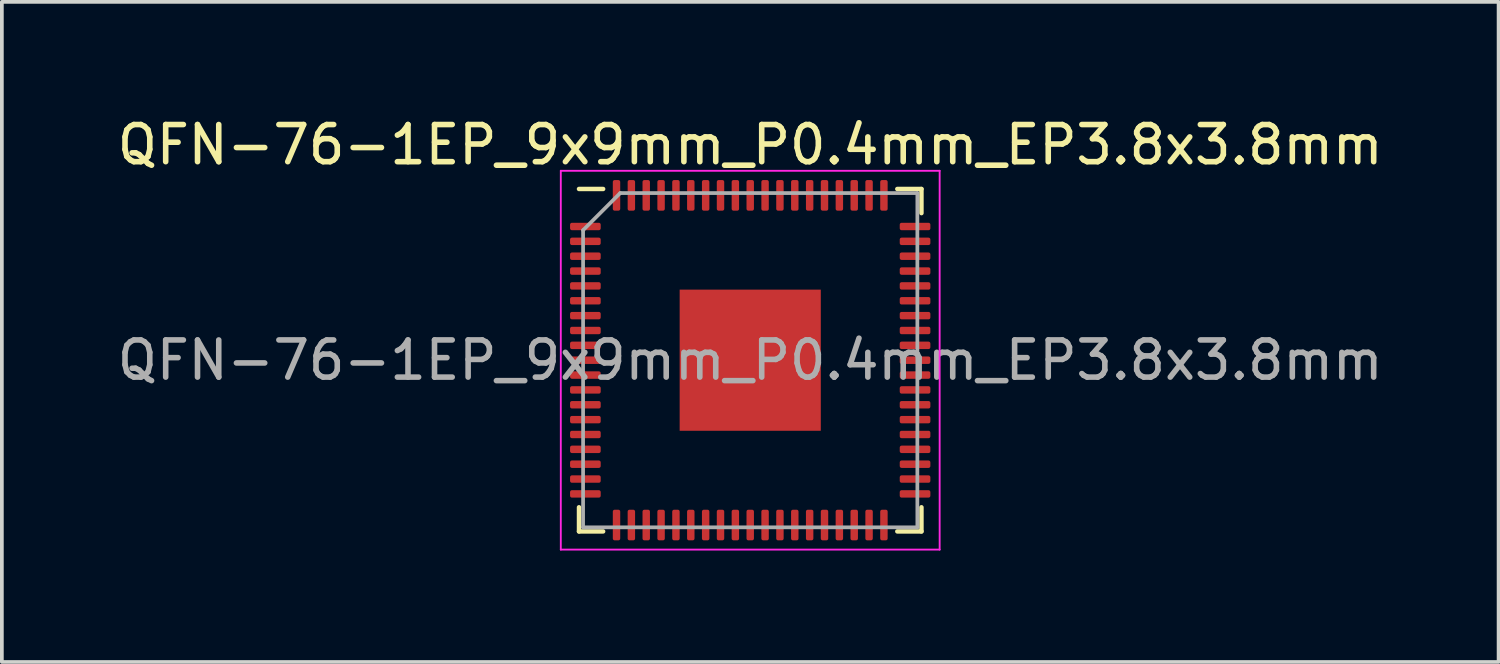
<source format=kicad_pcb>
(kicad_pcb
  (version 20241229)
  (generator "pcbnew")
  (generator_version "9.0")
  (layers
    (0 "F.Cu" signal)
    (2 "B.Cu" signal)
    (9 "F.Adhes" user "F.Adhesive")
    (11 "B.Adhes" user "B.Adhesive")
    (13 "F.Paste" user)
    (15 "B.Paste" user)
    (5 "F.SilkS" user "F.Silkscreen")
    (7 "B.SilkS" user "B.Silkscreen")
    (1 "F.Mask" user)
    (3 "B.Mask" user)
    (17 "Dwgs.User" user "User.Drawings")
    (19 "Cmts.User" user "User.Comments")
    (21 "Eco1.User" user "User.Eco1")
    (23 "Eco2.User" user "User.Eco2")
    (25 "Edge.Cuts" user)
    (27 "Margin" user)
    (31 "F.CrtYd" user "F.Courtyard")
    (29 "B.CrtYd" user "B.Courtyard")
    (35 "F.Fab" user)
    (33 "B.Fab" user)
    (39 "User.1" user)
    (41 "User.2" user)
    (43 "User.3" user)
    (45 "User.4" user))
  (footprint "QFN-76-1EP_9x9mm_P0.4mm_EP3.8x3.8mm"
    (layer "F.Cu")
    (at 17.149 6.648)
    (property "Reference" "QFN-76-1EP_9x9mm_P0.4mm_EP3.8x3.8mm" (at 0 -5.8 0) (layer "F.SilkS") (effects (font (size 1 1) (thickness 0.15))))
    (attr smd)
    (fp_line (start -4.61 4.61) (end -4.61 3.96) (stroke (width 0.12) (type solid)) (layer "F.SilkS"))
    (fp_line (start -3.96 -4.61) (end -4.61 -4.61) (stroke (width 0.12) (type solid)) (layer "F.SilkS"))
    (fp_line (start -3.96 4.61) (end -4.61 4.61) (stroke (width 0.12) (type solid)) (layer "F.SilkS"))
    (fp_line (start 3.96 -4.61) (end 4.61 -4.61) (stroke (width 0.12) (type solid)) (layer "F.SilkS"))
    (fp_line (start 3.96 4.61) (end 4.61 4.61) (stroke (width 0.12) (type solid)) (layer "F.SilkS"))
    (fp_line (start 4.61 -4.61) (end 4.61 -3.96) (stroke (width 0.12) (type solid)) (layer "F.SilkS"))
    (fp_line (start 4.61 4.61) (end 4.61 3.96) (stroke (width 0.12) (type solid)) (layer "F.SilkS"))
    (fp_line (start -5.1 -5.1) (end -5.1 5.1) (stroke (width 0.05) (type solid)) (layer "F.CrtYd"))
    (fp_line (start -5.1 5.1) (end 5.1 5.1) (stroke (width 0.05) (type solid)) (layer "F.CrtYd"))
    (fp_line (start 5.1 -5.1) (end -5.1 -5.1) (stroke (width 0.05) (type solid)) (layer "F.CrtYd"))
    (fp_line (start 5.1 5.1) (end 5.1 -5.1) (stroke (width 0.05) (type solid)) (layer "F.CrtYd"))
    (fp_line (start -4.5 -3.5) (end -3.5 -4.5) (stroke (width 0.1) (type solid)) (layer "F.Fab"))
    (fp_line (start -4.5 4.5) (end -4.5 -3.5) (stroke (width 0.1) (type solid)) (layer "F.Fab"))
    (fp_line (start -3.5 -4.5) (end 4.5 -4.5) (stroke (width 0.1) (type solid)) (layer "F.Fab"))
    (fp_line (start 4.5 -4.5) (end 4.5 4.5) (stroke (width 0.1) (type solid)) (layer "F.Fab"))
    (fp_line (start 4.5 4.5) (end -4.5 4.5) (stroke (width 0.1) (type solid)) (layer "F.Fab"))
    (fp_text user "${REFERENCE}" (at 0 0 0) (layer "F.Fab") (effects (font (size 1 1) (thickness 0.15))))
    (pad "" smd roundrect (at -1.27 -1.27) (size 1.02 1.02) (layers "F.Paste") (roundrect_rratio 0.245))
    (pad "" smd roundrect (at -1.27 0) (size 1.02 1.02) (layers "F.Paste") (roundrect_rratio 0.245))
    (pad "" smd roundrect (at -1.27 1.27) (size 1.02 1.02) (layers "F.Paste") (roundrect_rratio 0.245))
    (pad "" smd roundrect (at 0 -1.27) (size 1.02 1.02) (layers "F.Paste") (roundrect_rratio 0.245))
    (pad "" smd roundrect (at 0 0) (size 1.02 1.02) (layers "F.Paste") (roundrect_rratio 0.245))
    (pad "" smd roundrect (at 0 1.27) (size 1.02 1.02) (layers "F.Paste") (roundrect_rratio 0.245))
    (pad "" smd roundrect (at 1.27 -1.27) (size 1.02 1.02) (layers "F.Paste") (roundrect_rratio 0.245))
    (pad "" smd roundrect (at 1.27 0) (size 1.02 1.02) (layers "F.Paste") (roundrect_rratio 0.245))
    (pad "" smd roundrect (at 1.27 1.27) (size 1.02 1.02) (layers "F.Paste") (roundrect_rratio 0.245))
    (pad "1" smd roundrect (at -4.438 -3.6) (size 0.825 0.2) (layers "F.Cu" "F.Mask" "F.Paste") (roundrect_rratio 0.25))
    (pad "2" smd roundrect (at -4.438 -3.2) (size 0.825 0.2) (layers "F.Cu" "F.Mask" "F.Paste") (roundrect_rratio 0.25))
    (pad "3" smd roundrect (at -4.438 -2.8) (size 0.825 0.2) (layers "F.Cu" "F.Mask" "F.Paste") (roundrect_rratio 0.25))
    (pad "4" smd roundrect (at -4.438 -2.4) (size 0.825 0.2) (layers "F.Cu" "F.Mask" "F.Paste") (roundrect_rratio 0.25))
    (pad "5" smd roundrect (at -4.438 -2) (size 0.825 0.2) (layers "F.Cu" "F.Mask" "F.Paste") (roundrect_rratio 0.25))
    (pad "6" smd roundrect (at -4.438 -1.6) (size 0.825 0.2) (layers "F.Cu" "F.Mask" "F.Paste") (roundrect_rratio 0.25))
    (pad "7" smd roundrect (at -4.438 -1.2) (size 0.825 0.2) (layers "F.Cu" "F.Mask" "F.Paste") (roundrect_rratio 0.25))
    (pad "8" smd roundrect (at -4.438 -0.8) (size 0.825 0.2) (layers "F.Cu" "F.Mask" "F.Paste") (roundrect_rratio 0.25))
    (pad "9" smd roundrect (at -4.438 -0.4) (size 0.825 0.2) (layers "F.Cu" "F.Mask" "F.Paste") (roundrect_rratio 0.25))
    (pad "10" smd roundrect (at -4.438 0) (size 0.825 0.2) (layers "F.Cu" "F.Mask" "F.Paste") (roundrect_rratio 0.25))
    (pad "11" smd roundrect (at -4.438 0.4) (size 0.825 0.2) (layers "F.Cu" "F.Mask" "F.Paste") (roundrect_rratio 0.25))
    (pad "12" smd roundrect (at -4.438 0.8) (size 0.825 0.2) (layers "F.Cu" "F.Mask" "F.Paste") (roundrect_rratio 0.25))
    (pad "13" smd roundrect (at -4.438 1.2) (size 0.825 0.2) (layers "F.Cu" "F.Mask" "F.Paste") (roundrect_rratio 0.25))
    (pad "14" smd roundrect (at -4.438 1.6) (size 0.825 0.2) (layers "F.Cu" "F.Mask" "F.Paste") (roundrect_rratio 0.25))
    (pad "15" smd roundrect (at -4.438 2) (size 0.825 0.2) (layers "F.Cu" "F.Mask" "F.Paste") (roundrect_rratio 0.25))
    (pad "16" smd roundrect (at -4.438 2.4) (size 0.825 0.2) (layers "F.Cu" "F.Mask" "F.Paste") (roundrect_rratio 0.25))
    (pad "17" smd roundrect (at -4.438 2.8) (size 0.825 0.2) (layers "F.Cu" "F.Mask" "F.Paste") (roundrect_rratio 0.25))
    (pad "18" smd roundrect (at -4.438 3.2) (size 0.825 0.2) (layers "F.Cu" "F.Mask" "F.Paste") (roundrect_rratio 0.25))
    (pad "19" smd roundrect (at -4.438 3.6) (size 0.825 0.2) (layers "F.Cu" "F.Mask" "F.Paste") (roundrect_rratio 0.25))
    (pad "20" smd roundrect (at -3.6 4.438) (size 0.2 0.825) (layers "F.Cu" "F.Mask" "F.Paste") (roundrect_rratio 0.25))
    (pad "21" smd roundrect (at -3.2 4.438) (size 0.2 0.825) (layers "F.Cu" "F.Mask" "F.Paste") (roundrect_rratio 0.25))
    (pad "22" smd roundrect (at -2.8 4.438) (size 0.2 0.825) (layers "F.Cu" "F.Mask" "F.Paste") (roundrect_rratio 0.25))
    (pad "23" smd roundrect (at -2.4 4.438) (size 0.2 0.825) (layers "F.Cu" "F.Mask" "F.Paste") (roundrect_rratio 0.25))
    (pad "24" smd roundrect (at -2 4.438) (size 0.2 0.825) (layers "F.Cu" "F.Mask" "F.Paste") (roundrect_rratio 0.25))
    (pad "25" smd roundrect (at -1.6 4.438) (size 0.2 0.825) (layers "F.Cu" "F.Mask" "F.Paste") (roundrect_rratio 0.25))
    (pad "26" smd roundrect (at -1.2 4.438) (size 0.2 0.825) (layers "F.Cu" "F.Mask" "F.Paste") (roundrect_rratio 0.25))
    (pad "27" smd roundrect (at -0.8 4.438) (size 0.2 0.825) (layers "F.Cu" "F.Mask" "F.Paste") (roundrect_rratio 0.25))
    (pad "28" smd roundrect (at -0.4 4.438) (size 0.2 0.825) (layers "F.Cu" "F.Mask" "F.Paste") (roundrect_rratio 0.25))
    (pad "29" smd roundrect (at 0 4.438) (size 0.2 0.825) (layers "F.Cu" "F.Mask" "F.Paste") (roundrect_rratio 0.25))
    (pad "30" smd roundrect (at 0.4 4.438) (size 0.2 0.825) (layers "F.Cu" "F.Mask" "F.Paste") (roundrect_rratio 0.25))
    (pad "31" smd roundrect (at 0.8 4.438) (size 0.2 0.825) (layers "F.Cu" "F.Mask" "F.Paste") (roundrect_rratio 0.25))
    (pad "32" smd roundrect (at 1.2 4.438) (size 0.2 0.825) (layers "F.Cu" "F.Mask" "F.Paste") (roundrect_rratio 0.25))
    (pad "33" smd roundrect (at 1.6 4.438) (size 0.2 0.825) (layers "F.Cu" "F.Mask" "F.Paste") (roundrect_rratio 0.25))
    (pad "34" smd roundrect (at 2 4.438) (size 0.2 0.825) (layers "F.Cu" "F.Mask" "F.Paste") (roundrect_rratio 0.25))
    (pad "35" smd roundrect (at 2.4 4.438) (size 0.2 0.825) (layers "F.Cu" "F.Mask" "F.Paste") (roundrect_rratio 0.25))
    (pad "36" smd roundrect (at 2.8 4.438) (size 0.2 0.825) (layers "F.Cu" "F.Mask" "F.Paste") (roundrect_rratio 0.25))
    (pad "37" smd roundrect (at 3.2 4.438) (size 0.2 0.825) (layers "F.Cu" "F.Mask" "F.Paste") (roundrect_rratio 0.25))
    (pad "38" smd roundrect (at 3.6 4.438) (size 0.2 0.825) (layers "F.Cu" "F.Mask" "F.Paste") (roundrect_rratio 0.25))
    (pad "39" smd roundrect (at 4.438 3.6) (size 0.825 0.2) (layers "F.Cu" "F.Mask" "F.Paste") (roundrect_rratio 0.25))
    (pad "40" smd roundrect (at 4.438 3.2) (size 0.825 0.2) (layers "F.Cu" "F.Mask" "F.Paste") (roundrect_rratio 0.25))
    (pad "41" smd roundrect (at 4.438 2.8) (size 0.825 0.2) (layers "F.Cu" "F.Mask" "F.Paste") (roundrect_rratio 0.25))
    (pad "42" smd roundrect (at 4.438 2.4) (size 0.825 0.2) (layers "F.Cu" "F.Mask" "F.Paste") (roundrect_rratio 0.25))
    (pad "43" smd roundrect (at 4.438 2) (size 0.825 0.2) (layers "F.Cu" "F.Mask" "F.Paste") (roundrect_rratio 0.25))
    (pad "44" smd roundrect (at 4.438 1.6) (size 0.825 0.2) (layers "F.Cu" "F.Mask" "F.Paste") (roundrect_rratio 0.25))
    (pad "45" smd roundrect (at 4.438 1.2) (size 0.825 0.2) (layers "F.Cu" "F.Mask" "F.Paste") (roundrect_rratio 0.25))
    (pad "46" smd roundrect (at 4.438 0.8) (size 0.825 0.2) (layers "F.Cu" "F.Mask" "F.Paste") (roundrect_rratio 0.25))
    (pad "47" smd roundrect (at 4.438 0.4) (size 0.825 0.2) (layers "F.Cu" "F.Mask" "F.Paste") (roundrect_rratio 0.25))
    (pad "48" smd roundrect (at 4.438 0) (size 0.825 0.2) (layers "F.Cu" "F.Mask" "F.Paste") (roundrect_rratio 0.25))
    (pad "49" smd roundrect (at 4.438 -0.4) (size 0.825 0.2) (layers "F.Cu" "F.Mask" "F.Paste") (roundrect_rratio 0.25))
    (pad "50" smd roundrect (at 4.438 -0.8) (size 0.825 0.2) (layers "F.Cu" "F.Mask" "F.Paste") (roundrect_rratio 0.25))
    (pad "51" smd roundrect (at 4.438 -1.2) (size 0.825 0.2) (layers "F.Cu" "F.Mask" "F.Paste") (roundrect_rratio 0.25))
    (pad "52" smd roundrect (at 4.438 -1.6) (size 0.825 0.2) (layers "F.Cu" "F.Mask" "F.Paste") (roundrect_rratio 0.25))
    (pad "53" smd roundrect (at 4.438 -2) (size 0.825 0.2) (layers "F.Cu" "F.Mask" "F.Paste") (roundrect_rratio 0.25))
    (pad "54" smd roundrect (at 4.438 -2.4) (size 0.825 0.2) (layers "F.Cu" "F.Mask" "F.Paste") (roundrect_rratio 0.25))
    (pad "55" smd roundrect (at 4.438 -2.8) (size 0.825 0.2) (layers "F.Cu" "F.Mask" "F.Paste") (roundrect_rratio 0.25))
    (pad "56" smd roundrect (at 4.438 -3.2) (size 0.825 0.2) (layers "F.Cu" "F.Mask" "F.Paste") (roundrect_rratio 0.25))
    (pad "57" smd roundrect (at 4.438 -3.6) (size 0.825 0.2) (layers "F.Cu" "F.Mask" "F.Paste") (roundrect_rratio 0.25))
    (pad "58" smd roundrect (at 3.6 -4.438) (size 0.2 0.825) (layers "F.Cu" "F.Mask" "F.Paste") (roundrect_rratio 0.25))
    (pad "59" smd roundrect (at 3.2 -4.438) (size 0.2 0.825) (layers "F.Cu" "F.Mask" "F.Paste") (roundrect_rratio 0.25))
    (pad "60" smd roundrect (at 2.8 -4.438) (size 0.2 0.825) (layers "F.Cu" "F.Mask" "F.Paste") (roundrect_rratio 0.25))
    (pad "61" smd roundrect (at 2.4 -4.438) (size 0.2 0.825) (layers "F.Cu" "F.Mask" "F.Paste") (roundrect_rratio 0.25))
    (pad "62" smd roundrect (at 2 -4.438) (size 0.2 0.825) (layers "F.Cu" "F.Mask" "F.Paste") (roundrect_rratio 0.25))
    (pad "63" smd roundrect (at 1.6 -4.438) (size 0.2 0.825) (layers "F.Cu" "F.Mask" "F.Paste") (roundrect_rratio 0.25))
    (pad "64" smd roundrect (at 1.2 -4.438) (size 0.2 0.825) (layers "F.Cu" "F.Mask" "F.Paste") (roundrect_rratio 0.25))
    (pad "65" smd roundrect (at 0.8 -4.438) (size 0.2 0.825) (layers "F.Cu" "F.Mask" "F.Paste") (roundrect_rratio 0.25))
    (pad "66" smd roundrect (at 0.4 -4.438) (size 0.2 0.825) (layers "F.Cu" "F.Mask" "F.Paste") (roundrect_rratio 0.25))
    (pad "67" smd roundrect (at 0 -4.438) (size 0.2 0.825) (layers "F.Cu" "F.Mask" "F.Paste") (roundrect_rratio 0.25))
    (pad "68" smd roundrect (at -0.4 -4.438) (size 0.2 0.825) (layers "F.Cu" "F.Mask" "F.Paste") (roundrect_rratio 0.25))
    (pad "69" smd roundrect (at -0.8 -4.438) (size 0.2 0.825) (layers "F.Cu" "F.Mask" "F.Paste") (roundrect_rratio 0.25))
    (pad "70" smd roundrect (at -1.2 -4.438) (size 0.2 0.825) (layers "F.Cu" "F.Mask" "F.Paste") (roundrect_rratio 0.25))
    (pad "71" smd roundrect (at -1.6 -4.438) (size 0.2 0.825) (layers "F.Cu" "F.Mask" "F.Paste") (roundrect_rratio 0.25))
    (pad "72" smd roundrect (at -2 -4.438) (size 0.2 0.825) (layers "F.Cu" "F.Mask" "F.Paste") (roundrect_rratio 0.25))
    (pad "73" smd roundrect (at -2.4 -4.438) (size 0.2 0.825) (layers "F.Cu" "F.Mask" "F.Paste") (roundrect_rratio 0.25))
    (pad "74" smd roundrect (at -2.8 -4.438) (size 0.2 0.825) (layers "F.Cu" "F.Mask" "F.Paste") (roundrect_rratio 0.25))
    (pad "75" smd roundrect (at -3.2 -4.438) (size 0.2 0.825) (layers "F.Cu" "F.Mask" "F.Paste") (roundrect_rratio 0.25))
    (pad "76" smd roundrect (at -3.6 -4.438) (size 0.2 0.825) (layers "F.Cu" "F.Mask" "F.Paste") (roundrect_rratio 0.25))
    (pad "77" smd rect (at 0 0) (size 3.8 3.8) (layers "F.Cu" "F.Mask")))
  (gr_rect
    (start -3 -3)
    (end 37.298 14.773)
    (stroke (width 0.1) (type default))
    (fill no)
    (layer "Edge.Cuts")))
</source>
